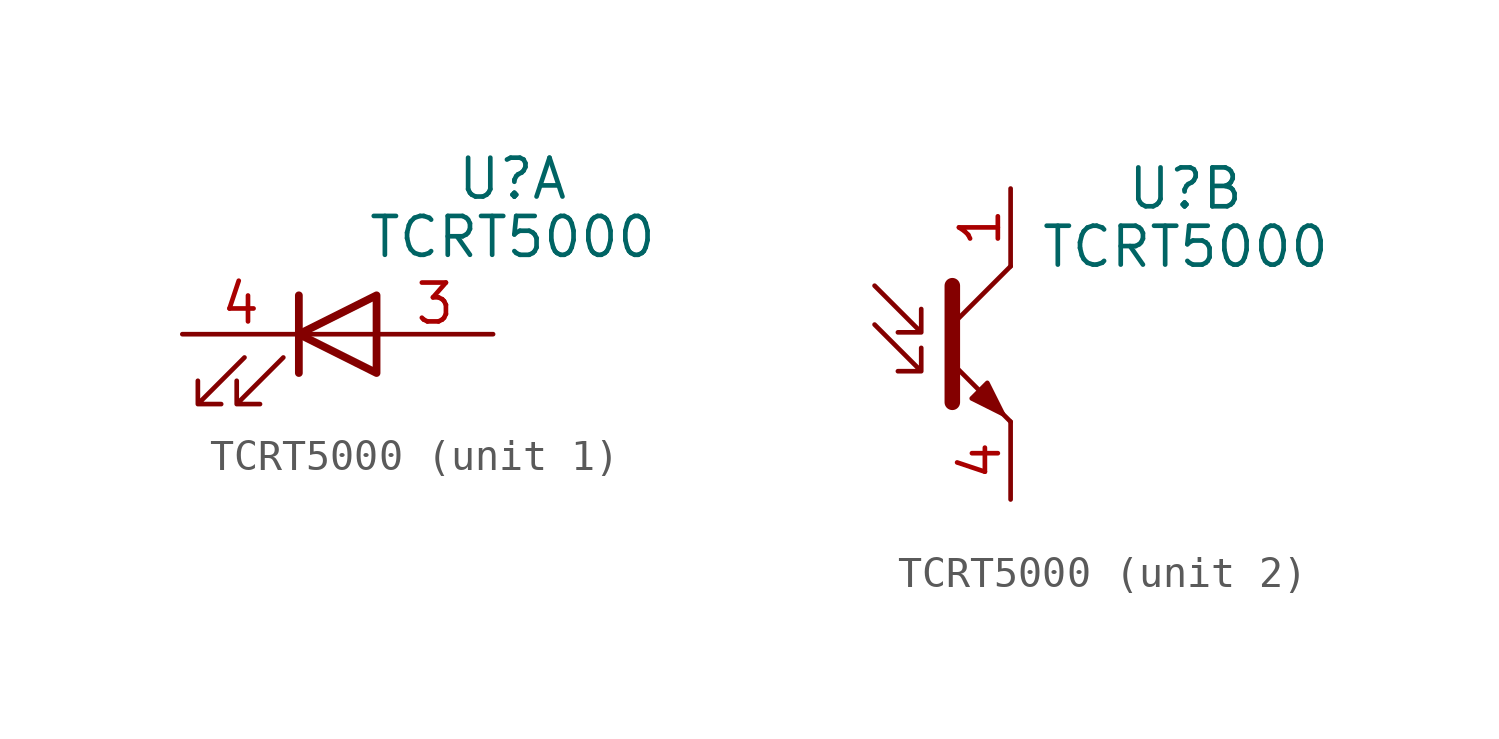
<source format=kicad_sym>
(kicad_symbol_lib
  (version 20211014)
  (generator kicad_symbol_editor)
  (symbol "TCRT5000"
    (pin_names hide)
    (property "Reference" "U"
      (at 5.715 5.08 0)
      (effects (font (size 1.27 1.27))))
    (property "Value" "TCRT5000"
      (at 5.715 3.175 0)
      (effects (font (size 1.27 1.27))))
    (property "ki_locked" ""
      (at 0 0 0)
      (effects (font (size 1.27 1.27))))
    (symbol "TCRT5000_1_1"
      (polyline (pts (xy -1.27 -1.27) (xy -1.27 1.27)) (stroke (width 0.254) (type default) (color 0 0 0 0)) (fill (type none)))
      (polyline (pts (xy -1.27 0) (xy 1.27 0)) (stroke (width 0) (type default) (color 0 0 0 0)) (fill (type none)))
      (polyline (pts (xy 1.27 -1.27) (xy 1.27 1.27) (xy -1.27 0) (xy 1.27 -1.27)) (stroke (width 0.254) (type default) (color 0 0 0 0)) (fill (type none)))
      (polyline (pts (xy -3.048 -0.762) (xy -4.572 -2.286) (xy -3.81 -2.286) (xy -4.572 -2.286) (xy -4.572 -1.524)) (stroke (width 0) (type default) (color 0 0 0 0)) (fill (type none)))
      (polyline (pts (xy -1.778 -0.762) (xy -3.302 -2.286) (xy -2.54 -2.286) (xy -3.302 -2.286) (xy -3.302 -1.524)) (stroke (width 0) (type default) (color 0 0 0 0)) (fill (type none)))
      (pin passive line (at 5.08 0 180) (length 3.81) (name "A" (effects (font (size 1.27 1.27)))) (number "3" (effects (font (size 1.27 1.27)))))
      (pin passive line (at -5.08 0 0) (length 3.81) (name "C" (effects (font (size 1.27 1.27)))) (number "4" (effects (font (size 1.27 1.27))))))
    (symbol "TCRT5000_2_1"
      (polyline (pts (xy -1.905 0.635) (xy 0 2.54)) (stroke (width 0) (type default) (color 0 0 0 0)) (fill (type none)))
      (polyline (pts (xy -1.905 -0.635) (xy 0 -2.54) (xy 0 -2.54)) (stroke (width 0) (type default) (color 0 0 0 0)) (fill (type none)))
      (polyline (pts (xy -1.905 1.905) (xy -1.905 -1.905) (xy -1.905 -1.905)) (stroke (width 0.508) (type default) (color 0 0 0 0)) (fill (type none)))
      (polyline (pts (xy -4.445 0.635) (xy -2.921 -0.889) (xy -2.921 -0.127) (xy -2.921 -0.889) (xy -3.683 -0.889)) (stroke (width 0) (type default) (color 0 0 0 0)) (fill (type none)))
      (polyline (pts (xy -4.445 1.905) (xy -2.921 0.381) (xy -2.921 1.143) (xy -2.921 0.381) (xy -3.683 0.381)) (stroke (width 0) (type default) (color 0 0 0 0)) (fill (type none)))
      (polyline (pts (xy -1.27 -1.778) (xy -0.762 -1.27) (xy -0.254 -2.286) (xy -1.27 -1.778) (xy -1.27 -1.778)) (stroke (width 0) (type default) (color 0 0 0 0)) (fill (type outline)))
      (pin passive line (at 0 5.08 270) (length 2.54) (name "C" (effects (font (size 1.27 1.27)))) (number "1" (effects (font (size 1.27 1.27)))))
      (pin passive line (at 0 -5.08 90) (length 2.54) (name "E" (effects (font (size 1.27 1.27)))) (number "4" (effects (font (size 1.27 1.27))))))))
</source>
